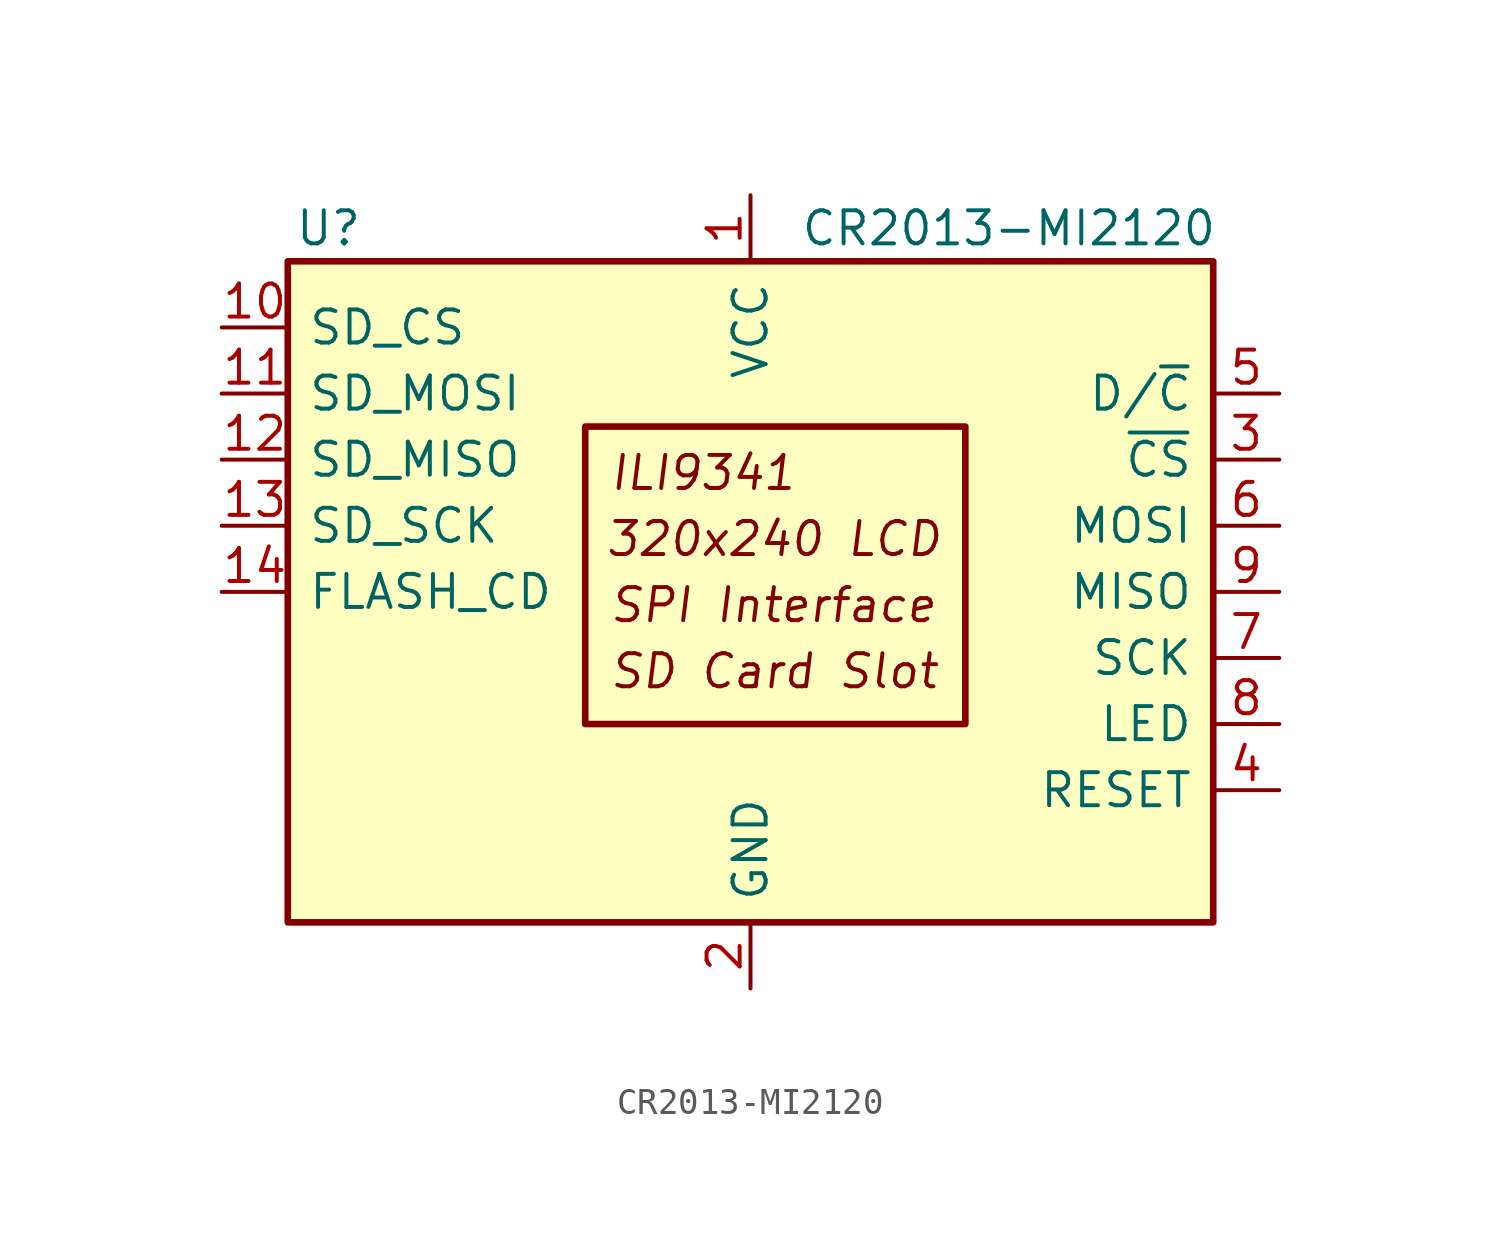
<source format=kicad_sym>
(kicad_symbol_lib
  (version 20220914)
  (generator kicad_symbol_editor)
  (symbol "CR2013-MI2120"
    (pin_names
      (offset 0.762))
    (property "Reference" "U"
      (at -17.526 13.97 0)
      (effects (font (size 1.27 1.27)) (justify left)))
    (property "Value" "CR2013-MI2120"
      (at 1.905 13.97 0)
      (effects (font (size 1.27 1.27)) (justify left)))
    (symbol "CR2013-MI2120_0_0"
      (text "320x240 LCD" (at 0.889 2.032 0) (effects (font (size 1.27 1.27) italic)))
      (text "ILI9341" (at -5.461 4.572 0) (effects (font (size 1.27 1.27) italic) (justify left)))
      (text "SD Card Slot" (at -5.461 -3.048 0) (effects (font (size 1.27 1.27) italic) (justify left)))
      (text "SPI Interface" (at -5.461 -0.508 0) (effects (font (size 1.27 1.27) italic) (justify left))))
    (symbol "CR2013-MI2120_0_1"
      (rectangle (start -17.78 12.7) (end 17.78 -12.7) (stroke (width 0.254) (type default)) (fill (type background)))
      (rectangle (start -6.35 6.35) (end 8.255 -5.08) (stroke (width 0.254) (type default)) (fill (type none))))
    (symbol "CR2013-MI2120_1_1"
      (pin power_in line (at 0 15.24 270) (length 2.54) (name "VCC" (effects (font (size 1.27 1.27)))) (number "1" (effects (font (size 1.27 1.27)))))
      (pin input line (at -20.32 10.16 0) (length 2.54) (name "SD_CS" (effects (font (size 1.27 1.27)))) (number "10" (effects (font (size 1.27 1.27)))))
      (pin input line (at -20.32 7.62 0) (length 2.54) (name "SD_MOSI" (effects (font (size 1.27 1.27)))) (number "11" (effects (font (size 1.27 1.27)))))
      (pin output line (at -20.32 5.08 0) (length 2.54) (name "SD_MISO" (effects (font (size 1.27 1.27)))) (number "12" (effects (font (size 1.27 1.27)))))
      (pin input line (at -20.32 2.54 0) (length 2.54) (name "SD_SCK" (effects (font (size 1.27 1.27)))) (number "13" (effects (font (size 1.27 1.27)))))
      (pin input line (at -20.32 0 0) (length 2.54) (name "FLASH_CD" (effects (font (size 1.27 1.27)))) (number "14" (effects (font (size 1.27 1.27)))))
      (pin power_in line (at 0 -15.24 90) (length 2.54) (name "GND" (effects (font (size 1.27 1.27)))) (number "2" (effects (font (size 1.27 1.27)))))
      (pin input line (at 20.32 5.08 180) (length 2.54) (name "~{CS}" (effects (font (size 1.27 1.27)))) (number "3" (effects (font (size 1.27 1.27)))))
      (pin input line (at 20.32 -7.62 180) (length 2.54) (name "RESET" (effects (font (size 1.27 1.27)))) (number "4" (effects (font (size 1.27 1.27)))))
      (pin input line (at 20.32 7.62 180) (length 2.54) (name "D/~{C}" (effects (font (size 1.27 1.27)))) (number "5" (effects (font (size 1.27 1.27)))))
      (pin input line (at 20.32 2.54 180) (length 2.54) (name "MOSI" (effects (font (size 1.27 1.27)))) (number "6" (effects (font (size 1.27 1.27)))))
      (pin input line (at 20.32 -2.54 180) (length 2.54) (name "SCK" (effects (font (size 1.27 1.27)))) (number "7" (effects (font (size 1.27 1.27)))))
      (pin input line (at 20.32 -5.08 180) (length 2.54) (name "LED" (effects (font (size 1.27 1.27)))) (number "8" (effects (font (size 1.27 1.27)))))
      (pin output line (at 20.32 0 180) (length 2.54) (name "MISO" (effects (font (size 1.27 1.27)))) (number "9" (effects (font (size 1.27 1.27))))))))
</source>
